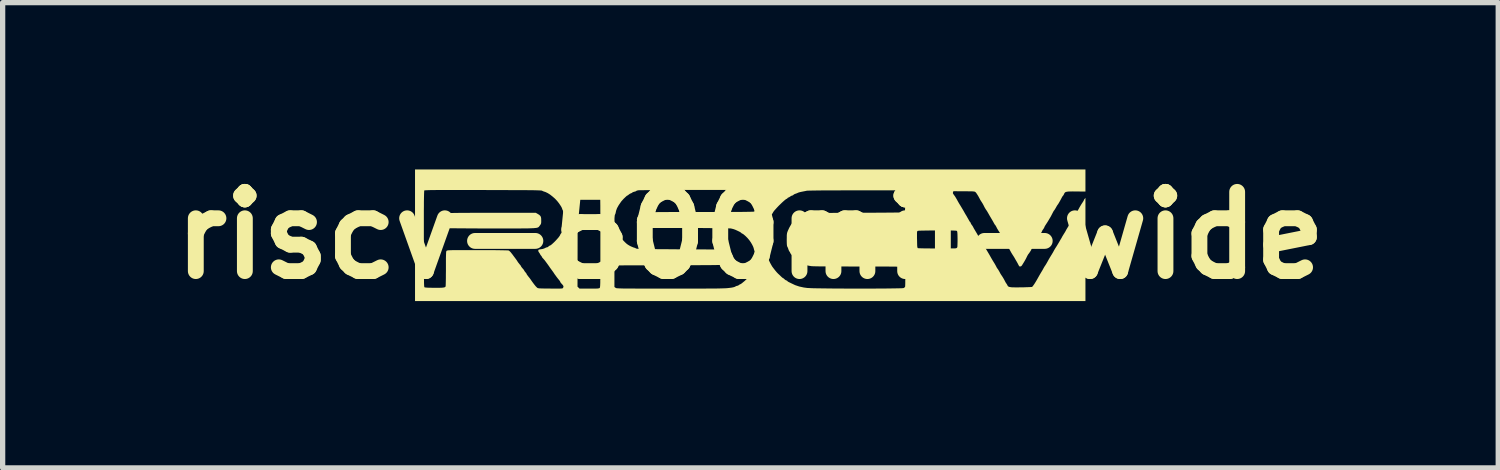
<source format=kicad_pcb>
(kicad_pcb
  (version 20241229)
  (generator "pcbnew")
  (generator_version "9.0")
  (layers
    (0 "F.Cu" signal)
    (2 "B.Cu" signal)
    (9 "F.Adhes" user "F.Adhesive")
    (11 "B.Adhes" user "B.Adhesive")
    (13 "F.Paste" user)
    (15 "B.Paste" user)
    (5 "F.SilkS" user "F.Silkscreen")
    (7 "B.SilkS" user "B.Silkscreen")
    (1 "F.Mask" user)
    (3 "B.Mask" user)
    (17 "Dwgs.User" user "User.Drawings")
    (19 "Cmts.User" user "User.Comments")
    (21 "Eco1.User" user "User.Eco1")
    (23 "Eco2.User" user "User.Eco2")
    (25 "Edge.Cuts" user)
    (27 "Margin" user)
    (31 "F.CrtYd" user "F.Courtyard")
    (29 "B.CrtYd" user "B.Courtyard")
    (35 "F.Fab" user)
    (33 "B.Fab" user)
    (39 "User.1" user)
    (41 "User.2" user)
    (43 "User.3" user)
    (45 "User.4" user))
  (footprint "riscv-500mil-wide"
    (layer "F.Cu")
    (at 11.157 1.404)
    (property "Reference" "riscv-500mil-wide" (at 0 0 0) (layer "F.SilkS") (effects (font (size 1.5 1.5) (thickness 0.3))))
    (attr board_only exclude_from_pos_files exclude_from_bom)
    (fp_poly (pts (xy -4.03 -0.406) (xy -3.999 -0.387) (xy -3.979 -0.368) (xy -3.967 -0.347) (xy -3.962 -0.318) (xy -3.961 -0.282) (xy -3.961 -0.25) (xy -3.963 -0.228) (xy -3.968 -0.213) (xy -3.976 -0.199) (xy -3.987 -0.185) (xy -3.993 -0.176) (xy -3.999 -0.169) (xy -4.004 -0.162) (xy -4.01 -0.156) (xy -4.018 -0.151) (xy -4.028 -0.146) (xy -4.042 -0.142) (xy -4.059 -0.139) (xy -4.082 -0.137) (xy -4.11 -0.134) (xy -4.146 -0.133) (xy -4.188 -0.131) (xy -4.239 -0.13) (xy -4.3 -0.13) (xy -4.37 -0.129) (xy -4.452 -0.129) (xy -4.545 -0.129) (xy -4.651 -0.129) (xy -4.77 -0.129) (xy -4.903 -0.129) (xy -4.904 -0.129) (xy -5.016 -0.129) (xy -5.124 -0.129) (xy -5.226 -0.13) (xy -5.323 -0.13) (xy -5.412 -0.131) (xy -5.493 -0.131) (xy -5.566 -0.132) (xy -5.628 -0.132) (xy -5.679 -0.133) (xy -5.718 -0.134) (xy -5.743 -0.135) (xy -5.755 -0.135) (xy -5.756 -0.136) (xy -5.76 -0.142) (xy -5.763 -0.156) (xy -5.764 -0.18) (xy -5.766 -0.216) (xy -5.766 -0.265) (xy -5.766 -0.276) (xy -5.766 -0.32) (xy -5.765 -0.359) (xy -5.764 -0.39) (xy -5.763 -0.41) (xy -5.761 -0.418) (xy -5.753 -0.419) (xy -5.729 -0.42) (xy -5.691 -0.421) (xy -5.639 -0.422) (xy -5.571 -0.423) (xy -5.49 -0.424) (xy -5.395 -0.424) (xy -5.286 -0.425) (xy -5.163 -0.425) (xy -5.027 -0.425) (xy -4.91 -0.425) (xy -4.063 -0.425)) (stroke (width 0) (type solid)) (fill yes) (layer "F.SilkS"))
    (fp_poly (pts (xy 6.342 -1.037) (xy 6.342 -0.828) (xy 6.164 -0.829) (xy 6.103 -0.83) (xy 6.054 -0.829) (xy 6.018 -0.828) (xy 5.99 -0.824) (xy 5.971 -0.82) (xy 5.957 -0.812) (xy 5.948 -0.802) (xy 5.94 -0.789) (xy 5.936 -0.778) (xy 5.926 -0.76) (xy 5.918 -0.749) (xy 5.917 -0.748) (xy 5.909 -0.739) (xy 5.898 -0.721) (xy 5.895 -0.715) (xy 5.874 -0.675) (xy 5.854 -0.639) (xy 5.836 -0.608) (xy 5.823 -0.587) (xy 5.818 -0.581) (xy 5.808 -0.567) (xy 5.794 -0.544) (xy 5.781 -0.52) (xy 5.767 -0.497) (xy 5.756 -0.479) (xy 5.75 -0.471) (xy 5.75 -0.471) (xy 5.746 -0.468) (xy 5.741 -0.46) (xy 5.733 -0.446) (xy 5.721 -0.423) (xy 5.704 -0.39) (xy 5.699 -0.38) (xy 5.683 -0.35) (xy 5.661 -0.313) (xy 5.638 -0.274) (xy 5.615 -0.237) (xy 5.595 -0.207) (xy 5.594 -0.205) (xy 5.579 -0.182) (xy 5.567 -0.16) (xy 5.564 -0.151) (xy 5.555 -0.133) (xy 5.541 -0.113) (xy 5.54 -0.111) (xy 5.528 -0.095) (xy 5.522 -0.083) (xy 5.522 -0.082) (xy 5.518 -0.072) (xy 5.508 -0.053) (xy 5.494 -0.028) (xy 5.489 -0.02) (xy 5.471 0.009) (xy 5.456 0.035) (xy 5.444 0.054) (xy 5.443 0.057) (xy 5.431 0.078) (xy 5.416 0.103) (xy 5.412 0.11) (xy 5.397 0.135) (xy 5.381 0.165) (xy 5.374 0.178) (xy 5.358 0.205) (xy 5.342 0.23) (xy 5.335 0.241) (xy 5.324 0.258) (xy 5.317 0.269) (xy 5.317 0.271) (xy 5.313 0.281) (xy 5.303 0.298) (xy 5.289 0.319) (xy 5.275 0.34) (xy 5.263 0.355) (xy 5.261 0.357) (xy 5.253 0.369) (xy 5.241 0.391) (xy 5.228 0.417) (xy 5.226 0.422) (xy 5.209 0.455) (xy 5.189 0.49) (xy 5.173 0.517) (xy 5.158 0.541) (xy 5.145 0.562) (xy 5.138 0.573) (xy 5.125 0.586) (xy 5.11 0.591) (xy 5.096 0.591) (xy 5.086 0.583) (xy 5.076 0.565) (xy 5.074 0.561) (xy 5.059 0.532) (xy 5.043 0.503) (xy 5.04 0.498) (xy 5.024 0.471) (xy 5.009 0.445) (xy 5.006 0.439) (xy 4.992 0.415) (xy 4.975 0.388) (xy 4.969 0.379) (xy 4.953 0.354) (xy 4.935 0.324) (xy 4.92 0.296) (xy 4.904 0.267) (xy 4.883 0.232) (xy 4.86 0.195) (xy 4.85 0.178) (xy 4.83 0.146) (xy 4.812 0.114) (xy 4.797 0.088) (xy 4.792 0.076) (xy 4.776 0.048) (xy 4.759 0.019) (xy 4.754 0.013) (xy 4.741 -0.006) (xy 4.733 -0.021) (xy 4.732 -0.025) (xy 4.728 -0.035) (xy 4.718 -0.052) (xy 4.711 -0.063) (xy 4.692 -0.092) (xy 4.679 -0.114) (xy 4.668 -0.132) (xy 4.658 -0.153) (xy 4.656 -0.157) (xy 4.645 -0.177) (xy 4.636 -0.191) (xy 4.634 -0.194) (xy 4.625 -0.203) (xy 4.616 -0.219) (xy 4.608 -0.233) (xy 4.595 -0.257) (xy 4.577 -0.288) (xy 4.557 -0.322) (xy 4.553 -0.329) (xy 4.532 -0.364) (xy 4.514 -0.396) (xy 4.499 -0.422) (xy 4.489 -0.439) (xy 4.488 -0.441) (xy 4.477 -0.46) (xy 4.466 -0.475) (xy 4.452 -0.496) (xy 4.433 -0.528) (xy 4.412 -0.57) (xy 4.398 -0.596) (xy 4.383 -0.62) (xy 4.379 -0.627) (xy 4.366 -0.646) (xy 4.35 -0.672) (xy 4.338 -0.695) (xy 4.312 -0.743) (xy 4.29 -0.778) (xy 4.273 -0.803) (xy 4.262 -0.815) (xy 4.256 -0.82) (xy 4.25 -0.824) (xy 4.24 -0.827) (xy 4.226 -0.829) (xy 4.205 -0.831) (xy 4.176 -0.832) (xy 4.136 -0.832) (xy 4.084 -0.833) (xy 4.044 -0.833) (xy 3.842 -0.834) (xy 3.835 -0.815) (xy 3.832 -0.798) (xy 3.84 -0.781) (xy 3.844 -0.776) (xy 3.876 -0.731) (xy 3.908 -0.677) (xy 3.921 -0.653) (xy 3.936 -0.626) (xy 3.956 -0.592) (xy 3.976 -0.56) (xy 3.977 -0.558) (xy 3.997 -0.525) (xy 4.019 -0.488) (xy 4.038 -0.456) (xy 4.038 -0.456) (xy 4.056 -0.423) (xy 4.076 -0.389) (xy 4.091 -0.365) (xy 4.107 -0.336) (xy 4.123 -0.308) (xy 4.132 -0.292) (xy 4.144 -0.27) (xy 4.155 -0.254) (xy 4.159 -0.251) (xy 4.168 -0.238) (xy 4.17 -0.231) (xy 4.175 -0.219) (xy 4.185 -0.202) (xy 4.187 -0.2) (xy 4.202 -0.18) (xy 4.214 -0.16) (xy 4.214 -0.16) (xy 4.223 -0.142) (xy 4.236 -0.118) (xy 4.244 -0.106) (xy 4.256 -0.085) (xy 4.274 -0.055) (xy 4.294 -0.021) (xy 4.309 0.006) (xy 4.328 0.037) (xy 4.343 0.063) (xy 4.355 0.081) (xy 4.361 0.088) (xy 4.368 0.097) (xy 4.378 0.114) (xy 4.383 0.124) (xy 4.392 0.144) (xy 4.404 0.166) (xy 4.42 0.193) (xy 4.44 0.228) (xy 4.467 0.273) (xy 4.473 0.283) (xy 4.493 0.317) (xy 4.516 0.356) (xy 4.538 0.394) (xy 4.541 0.4) (xy 4.565 0.442) (xy 4.585 0.476) (xy 4.604 0.507) (xy 4.624 0.539) (xy 4.638 0.564) (xy 4.652 0.59) (xy 4.653 0.592) (xy 4.664 0.614) (xy 4.675 0.63) (xy 4.677 0.632) (xy 4.691 0.652) (xy 4.71 0.684) (xy 4.726 0.714) (xy 4.735 0.731) (xy 4.75 0.754) (xy 4.759 0.767) (xy 4.775 0.791) (xy 4.789 0.815) (xy 4.795 0.824) (xy 4.816 0.864) (xy 4.831 0.893) (xy 4.843 0.911) (xy 4.848 0.918) (xy 4.859 0.935) (xy 4.867 0.951) (xy 4.873 0.962) (xy 4.883 0.97) (xy 4.897 0.977) (xy 4.918 0.981) (xy 4.947 0.985) (xy 4.986 0.986) (xy 5.037 0.987) (xy 5.1 0.986) (xy 5.13 0.986) (xy 5.183 0.985) (xy 5.231 0.983) (xy 5.272 0.982) (xy 5.305 0.98) (xy 5.325 0.979) (xy 5.332 0.977) (xy 5.341 0.969) (xy 5.356 0.949) (xy 5.375 0.922) (xy 5.395 0.89) (xy 5.416 0.855) (xy 5.436 0.82) (xy 5.442 0.809) (xy 5.455 0.786) (xy 5.473 0.754) (xy 5.493 0.72) (xy 5.503 0.703) (xy 5.522 0.672) (xy 5.538 0.644) (xy 5.549 0.623) (xy 5.554 0.615) (xy 5.564 0.597) (xy 5.572 0.585) (xy 5.581 0.572) (xy 5.595 0.55) (xy 5.612 0.521) (xy 5.63 0.489) (xy 5.648 0.456) (xy 5.653 0.448) (xy 5.666 0.425) (xy 5.682 0.399) (xy 5.689 0.387) (xy 5.705 0.362) (xy 5.72 0.336) (xy 5.726 0.327) (xy 5.749 0.284) (xy 5.77 0.248) (xy 5.787 0.222) (xy 5.788 0.22) (xy 5.798 0.205) (xy 5.813 0.18) (xy 5.831 0.15) (xy 5.851 0.116) (xy 5.87 0.083) (xy 5.887 0.055) (xy 5.898 0.035) (xy 5.9 0.03) (xy 5.91 0.013) (xy 5.924 -0.01) (xy 5.932 -0.023) (xy 5.949 -0.05) (xy 5.965 -0.077) (xy 5.97 -0.087) (xy 5.979 -0.104) (xy 5.995 -0.131) (xy 6.015 -0.164) (xy 6.038 -0.202) (xy 6.054 -0.228) (xy 6.078 -0.267) (xy 6.1 -0.304) (xy 6.119 -0.337) (xy 6.133 -0.362) (xy 6.139 -0.372) (xy 6.153 -0.399) (xy 6.171 -0.429) (xy 6.178 -0.44) (xy 6.195 -0.466) (xy 6.214 -0.498) (xy 6.226 -0.521) (xy 6.244 -0.552) (xy 6.265 -0.587) (xy 6.281 -0.611) (xy 6.296 -0.634) (xy 6.307 -0.652) (xy 6.312 -0.662) (xy 6.312 -0.663) (xy 6.316 -0.673) (xy 6.327 -0.689) (xy 6.327 -0.689) (xy 6.342 -0.708) (xy 6.342 0.269) (xy 6.342 1.246) (xy -0.004 1.246) (xy -6.35 1.246) (xy -6.35 0.002) (xy -6.183 0.002) (xy -6.183 0.069) (xy -6.183 0.207) (xy -6.183 0.33) (xy -6.183 0.44) (xy -6.183 0.537) (xy -6.182 0.621) (xy -6.182 0.695) (xy -6.182 0.758) (xy -6.181 0.811) (xy -6.18 0.855) (xy -6.18 0.892) (xy -6.179 0.921) (xy -6.178 0.943) (xy -6.177 0.96) (xy -6.175 0.972) (xy -6.174 0.979) (xy -6.172 0.983) (xy -6.171 0.985) (xy -6.159 0.988) (xy -6.131 0.991) (xy -6.088 0.993) (xy -6.03 0.994) (xy -5.985 0.994) (xy -5.924 0.995) (xy -5.877 0.994) (xy -5.841 0.993) (xy -5.815 0.99) (xy -5.796 0.987) (xy -5.783 0.981) (xy -5.775 0.974) (xy -5.771 0.969) (xy -5.77 0.96) (xy -5.769 0.937) (xy -5.768 0.903) (xy -5.767 0.858) (xy -5.766 0.804) (xy -5.766 0.743) (xy -5.765 0.676) (xy -5.765 0.634) (xy -5.765 0.554) (xy -5.765 0.489) (xy -5.765 0.436) (xy -5.764 0.394) (xy -5.763 0.362) (xy -5.762 0.337) (xy -5.761 0.32) (xy -5.759 0.309) (xy -5.757 0.301) (xy -5.754 0.296) (xy -5.751 0.293) (xy -5.747 0.291) (xy -5.742 0.289) (xy -5.733 0.287) (xy -5.72 0.285) (xy -5.702 0.284) (xy -5.678 0.283) (xy -5.647 0.282) (xy -5.608 0.282) (xy -5.559 0.281) (xy -5.5 0.281) (xy -5.43 0.281) (xy -5.347 0.281) (xy -5.251 0.281) (xy -5.166 0.281) (xy -5.074 0.281) (xy -4.986 0.281) (xy -4.904 0.282) (xy -4.828 0.282) (xy -4.759 0.283) (xy -4.7 0.284) (xy -4.651 0.285) (xy -4.614 0.286) (xy -4.589 0.287) (xy -4.579 0.288) (xy -4.578 0.288) (xy -4.563 0.298) (xy -4.545 0.315) (xy -4.54 0.32) (xy -4.525 0.339) (xy -4.505 0.364) (xy -4.484 0.393) (xy -4.462 0.422) (xy -4.442 0.449) (xy -4.426 0.471) (xy -4.416 0.486) (xy -4.413 0.491) (xy -4.409 0.498) (xy -4.398 0.514) (xy -4.383 0.533) (xy -4.368 0.552) (xy -4.355 0.567) (xy -4.354 0.568) (xy -4.346 0.58) (xy -4.345 0.584) (xy -4.342 0.59) (xy -4.335 0.601) (xy -4.32 0.62) (xy -4.296 0.647) (xy -4.296 0.648) (xy -4.286 0.66) (xy -4.284 0.667) (xy -4.279 0.676) (xy -4.268 0.691) (xy -4.261 0.699) (xy -4.247 0.716) (xy -4.239 0.728) (xy -4.238 0.731) (xy -4.234 0.741) (xy -4.221 0.759) (xy -4.202 0.784) (xy -4.181 0.81) (xy -4.172 0.822) (xy -4.159 0.84) (xy -4.156 0.845) (xy -4.122 0.893) (xy -4.091 0.934) (xy -4.065 0.966) (xy -4.044 0.987) (xy -4.034 0.996) (xy -4.027 0.999) (xy -4.016 1.002) (xy -4 1.005) (xy -3.977 1.006) (xy -3.946 1.007) (xy -3.904 1.008) (xy -3.851 1.009) (xy -3.785 1.009) (xy -3.72 1.01) (xy -3.668 1.01) (xy -3.629 1.01) (xy -3.599 1.009) (xy -3.578 1.008) (xy -3.565 1.006) (xy -3.556 1.004) (xy -3.551 1.001) (xy -3.548 0.996) (xy -3.548 0.996) (xy -3.541 0.98) (xy -3.54 0.973) (xy -3.274 0.973) (xy -3.255 0.991) (xy -3.236 1.01) (xy -3.053 1.01) (xy -2.994 1.01) (xy -2.949 1.01) (xy -2.915 1.009) (xy -2.891 1.008) (xy -2.874 1.005) (xy -2.863 1.003) (xy -2.856 0.999) (xy -2.855 0.998) (xy -2.853 0.995) (xy -2.851 0.992) (xy -2.849 0.986) (xy -2.848 0.979) (xy -2.575 0.979) (xy -2.554 0.994) (xy -2.551 0.996) (xy -2.547 0.998) (xy -2.542 1) (xy -2.535 1.002) (xy -2.525 1.003) (xy -2.512 1.004) (xy -2.494 1.005) (xy -2.471 1.006) (xy -2.442 1.007) (xy -2.406 1.008) (xy -2.363 1.008) (xy -2.312 1.009) (xy -2.251 1.009) (xy -2.181 1.009) (xy -2.1 1.01) (xy -2.007 1.01) (xy -1.903 1.01) (xy -1.785 1.01) (xy -1.654 1.01) (xy -1.523 1.01) (xy -1.376 1.01) (xy -1.243 1.01) (xy -1.124 1.01) (xy -1.017 1.01) (xy -0.922 1.01) (xy -0.839 1.009) (xy -0.765 1.009) (xy -0.701 1.009) (xy -0.646 1.008) (xy -0.598 1.007) (xy -0.557 1.006) (xy -0.523 1.005) (xy -0.493 1.004) (xy -0.468 1.003) (xy -0.447 1.002) (xy -0.429 1) (xy -0.412 0.998) (xy -0.41 0.998) (xy -0.361 0.992) (xy -0.325 0.985) (xy -0.301 0.978) (xy -0.287 0.971) (xy -0.268 0.961) (xy -0.252 0.957) (xy -0.252 0.957) (xy -0.236 0.953) (xy -0.218 0.942) (xy -0.203 0.931) (xy -0.193 0.927) (xy -0.192 0.927) (xy -0.182 0.922) (xy -0.163 0.909) (xy -0.14 0.89) (xy -0.114 0.869) (xy -0.089 0.846) (xy -0.068 0.826) (xy -0.052 0.809) (xy -0.046 0.799) (xy -0.046 0.799) (xy -0.04 0.788) (xy -0.032 0.781) (xy -0.014 0.762) (xy 0.007 0.733) (xy 0.028 0.698) (xy 0.046 0.661) (xy 0.06 0.625) (xy 0.065 0.607) (xy 0.072 0.583) (xy 0.081 0.565) (xy 0.087 0.548) (xy 0.091 0.521) (xy 0.093 0.485) (xy 0.095 0.445) (xy 0.094 0.405) (xy 0.093 0.367) (xy 0.089 0.336) (xy 0.085 0.315) (xy 0.083 0.311) (xy 0.074 0.291) (xy 0.066 0.266) (xy 0.065 0.258) (xy 0.054 0.222) (xy 0.034 0.18) (xy 0.008 0.135) (xy -0.02 0.095) (xy 0.268 0.095) (xy 0.268 0.099) (xy 0.27 0.139) (xy 0.275 0.184) (xy 0.28 0.23) (xy 0.286 0.274) (xy 0.293 0.313) (xy 0.299 0.344) (xy 0.305 0.364) (xy 0.307 0.369) (xy 0.316 0.387) (xy 0.323 0.409) (xy 0.329 0.427) (xy 0.34 0.455) (xy 0.356 0.488) (xy 0.373 0.523) (xy 0.391 0.556) (xy 0.406 0.582) (xy 0.414 0.595) (xy 0.442 0.632) (xy 0.471 0.669) (xy 0.498 0.701) (xy 0.521 0.725) (xy 0.524 0.728) (xy 0.546 0.748) (xy 0.571 0.772) (xy 0.582 0.783) (xy 0.6 0.799) (xy 0.614 0.81) (xy 0.62 0.813) (xy 0.63 0.818) (xy 0.643 0.831) (xy 0.644 0.832) (xy 0.662 0.847) (xy 0.68 0.855) (xy 0.694 0.861) (xy 0.699 0.867) (xy 0.705 0.874) (xy 0.721 0.884) (xy 0.731 0.889) (xy 0.753 0.899) (xy 0.77 0.908) (xy 0.775 0.91) (xy 0.846 0.944) (xy 0.924 0.97) (xy 1.011 0.989) (xy 1.079 0.998) (xy 1.104 0.999) (xy 1.141 1.001) (xy 1.191 1.003) (xy 1.251 1.004) (xy 1.321 1.005) (xy 1.398 1.006) (xy 1.483 1.007) (xy 1.574 1.008) (xy 1.67 1.009) (xy 1.769 1.009) (xy 1.87 1.01) (xy 1.973 1.01) (xy 2.076 1.01) (xy 2.178 1.01) (xy 2.278 1.01) (xy 2.375 1.009) (xy 2.467 1.009) (xy 2.553 1.008) (xy 2.632 1.007) (xy 2.704 1.006) (xy 2.766 1.005) (xy 2.818 1.004) (xy 2.859 1.003) (xy 2.886 1.001) (xy 2.901 0.999) (xy 2.902 0.999) (xy 2.918 0.987) (xy 2.927 0.976) (xy 2.929 0.965) (xy 2.93 0.941) (xy 2.931 0.907) (xy 2.931 0.864) (xy 2.932 0.816) (xy 2.932 0.79) (xy 2.932 0.616) (xy 2.914 0.604) (xy 2.91 0.602) (xy 2.903 0.6) (xy 2.893 0.599) (xy 2.879 0.597) (xy 2.86 0.596) (xy 2.835 0.595) (xy 2.803 0.594) (xy 2.764 0.594) (xy 2.716 0.593) (xy 2.659 0.593) (xy 2.592 0.592) (xy 2.514 0.592) (xy 2.425 0.592) (xy 2.323 0.592) (xy 2.207 0.592) (xy 2.078 0.592) (xy 2.053 0.592) (xy 1.941 0.592) (xy 1.831 0.591) (xy 1.726 0.591) (xy 1.627 0.591) (xy 1.534 0.59) (xy 1.449 0.59) (xy 1.373 0.589) (xy 1.306 0.589) (xy 1.251 0.588) (xy 1.207 0.587) (xy 1.176 0.586) (xy 1.16 0.585) (xy 1.158 0.585) (xy 1.106 0.577) (xy 1.057 0.566) (xy 1.016 0.553) (xy 0.986 0.54) (xy 0.985 0.539) (xy 0.966 0.529) (xy 0.949 0.524) (xy 0.947 0.524) (xy 0.934 0.519) (xy 0.93 0.513) (xy 0.92 0.503) (xy 0.903 0.493) (xy 0.888 0.485) (xy 0.881 0.478) (xy 0.881 0.477) (xy 0.875 0.469) (xy 0.86 0.458) (xy 0.855 0.455) (xy 0.837 0.442) (xy 0.826 0.429) (xy 0.825 0.427) (xy 0.817 0.415) (xy 0.803 0.396) (xy 0.786 0.378) (xy 0.769 0.358) (xy 0.756 0.341) (xy 0.752 0.332) (xy 0.747 0.318) (xy 0.741 0.311) (xy 0.732 0.299) (xy 0.723 0.278) (xy 0.718 0.264) (xy 0.71 0.24) (xy 0.701 0.221) (xy 0.697 0.214) (xy 0.693 0.204) (xy 0.69 0.182) (xy 0.688 0.149) (xy 0.687 0.102) (xy 0.687 0.084) (xy 0.688 0.039) (xy 0.688 0.005) (xy 0.69 -0.02) (xy 0.691 -0.025) (xy 3.153 -0.025) (xy 3.153 0.009) (xy 3.153 0.055) (xy 3.154 0.081) (xy 3.155 0.135) (xy 3.156 0.175) (xy 3.157 0.205) (xy 3.16 0.224) (xy 3.163 0.236) (xy 3.166 0.242) (xy 3.167 0.243) (xy 3.177 0.245) (xy 3.2 0.246) (xy 3.234 0.247) (xy 3.278 0.248) (xy 3.33 0.249) (xy 3.388 0.249) (xy 3.45 0.25) (xy 3.515 0.25) (xy 3.58 0.251) (xy 3.643 0.251) (xy 3.703 0.25) (xy 3.759 0.25) (xy 3.807 0.249) (xy 3.846 0.249) (xy 3.875 0.248) (xy 3.892 0.246) (xy 3.894 0.246) (xy 3.91 0.236) (xy 3.916 0.225) (xy 3.918 0.213) (xy 3.919 0.188) (xy 3.92 0.153) (xy 3.921 0.112) (xy 3.921 0.069) (xy 3.92 0.016) (xy 3.919 -0.024) (xy 3.917 -0.052) (xy 3.914 -0.07) (xy 3.911 -0.08) (xy 3.91 -0.081) (xy 3.905 -0.084) (xy 3.894 -0.086) (xy 3.878 -0.088) (xy 3.853 -0.089) (xy 3.82 -0.09) (xy 3.777 -0.091) (xy 3.723 -0.091) (xy 3.656 -0.091) (xy 3.575 -0.091) (xy 3.54 -0.091) (xy 3.443 -0.091) (xy 3.361 -0.09) (xy 3.292 -0.089) (xy 3.239 -0.088) (xy 3.199 -0.087) (xy 3.175 -0.085) (xy 3.166 -0.083) (xy 3.161 -0.079) (xy 3.157 -0.074) (xy 3.155 -0.064) (xy 3.153 -0.049) (xy 3.153 -0.025) (xy 0.691 -0.025) (xy 0.693 -0.04) (xy 0.698 -0.058) (xy 0.705 -0.077) (xy 0.708 -0.084) (xy 0.734 -0.141) (xy 0.761 -0.189) (xy 0.792 -0.231) (xy 0.831 -0.275) (xy 0.832 -0.276) (xy 0.857 -0.3) (xy 0.876 -0.317) (xy 0.895 -0.331) (xy 0.919 -0.346) (xy 0.922 -0.348) (xy 0.942 -0.361) (xy 0.957 -0.373) (xy 0.974 -0.384) (xy 0.996 -0.391) (xy 0.996 -0.391) (xy 1.022 -0.399) (xy 1.044 -0.409) (xy 1.049 -0.411) (xy 1.056 -0.413) (xy 1.065 -0.414) (xy 1.079 -0.416) (xy 1.097 -0.417) (xy 1.121 -0.418) (xy 1.151 -0.419) (xy 1.188 -0.42) (xy 1.233 -0.421) (xy 1.287 -0.421) (xy 1.35 -0.422) (xy 1.424 -0.422) (xy 1.508 -0.423) (xy 1.605 -0.424) (xy 1.714 -0.424) (xy 1.837 -0.425) (xy 1.974 -0.425) (xy 1.984 -0.425) (xy 2.121 -0.426) (xy 2.245 -0.426) (xy 2.354 -0.427) (xy 2.451 -0.428) (xy 2.535 -0.428) (xy 2.609 -0.429) (xy 2.672 -0.429) (xy 2.726 -0.43) (xy 2.771 -0.431) (xy 2.808 -0.431) (xy 2.837 -0.432) (xy 2.861 -0.433) (xy 2.879 -0.435) (xy 2.892 -0.436) (xy 2.902 -0.437) (xy 2.908 -0.439) (xy 2.912 -0.441) (xy 2.915 -0.443) (xy 2.919 -0.448) (xy 2.922 -0.457) (xy 2.925 -0.47) (xy 2.927 -0.491) (xy 2.928 -0.519) (xy 2.929 -0.559) (xy 2.93 -0.611) (xy 2.931 -0.633) (xy 2.931 -0.69) (xy 2.932 -0.733) (xy 2.931 -0.765) (xy 2.931 -0.788) (xy 2.929 -0.804) (xy 2.926 -0.814) (xy 2.922 -0.822) (xy 2.917 -0.829) (xy 2.915 -0.831) (xy 2.898 -0.851) (xy 1.994 -0.851) (xy 1.839 -0.851) (xy 1.697 -0.85) (xy 1.569 -0.85) (xy 1.455 -0.849) (xy 1.355 -0.849) (xy 1.269 -0.848) (xy 1.198 -0.847) (xy 1.141 -0.846) (xy 1.099 -0.845) (xy 1.071 -0.844) (xy 1.06 -0.842) (xy 1.037 -0.837) (xy 1.006 -0.831) (xy 0.972 -0.824) (xy 0.97 -0.824) (xy 0.939 -0.817) (xy 0.913 -0.81) (xy 0.896 -0.803) (xy 0.894 -0.802) (xy 0.874 -0.793) (xy 0.853 -0.786) (xy 0.832 -0.778) (xy 0.816 -0.767) (xy 0.801 -0.755) (xy 0.79 -0.752) (xy 0.777 -0.748) (xy 0.758 -0.737) (xy 0.752 -0.733) (xy 0.734 -0.721) (xy 0.719 -0.714) (xy 0.716 -0.714) (xy 0.705 -0.708) (xy 0.702 -0.703) (xy 0.694 -0.693) (xy 0.689 -0.691) (xy 0.677 -0.686) (xy 0.657 -0.671) (xy 0.631 -0.649) (xy 0.6 -0.621) (xy 0.567 -0.589) (xy 0.533 -0.556) (xy 0.501 -0.522) (xy 0.473 -0.491) (xy 0.449 -0.464) (xy 0.433 -0.442) (xy 0.426 -0.429) (xy 0.425 -0.427) (xy 0.42 -0.417) (xy 0.414 -0.41) (xy 0.402 -0.396) (xy 0.391 -0.377) (xy 0.391 -0.377) (xy 0.381 -0.358) (xy 0.367 -0.331) (xy 0.354 -0.307) (xy 0.34 -0.279) (xy 0.329 -0.251) (xy 0.323 -0.232) (xy 0.317 -0.208) (xy 0.309 -0.189) (xy 0.308 -0.187) (xy 0.301 -0.17) (xy 0.295 -0.145) (xy 0.292 -0.129) (xy 0.288 -0.1) (xy 0.282 -0.063) (xy 0.276 -0.03) (xy 0.269 0.029) (xy 0.268 0.095) (xy -0.02 0.095) (xy -0.023 0.091) (xy -0.056 0.052) (xy -0.063 0.045) (xy -0.093 0.015) (xy -0.116 -0.005) (xy -0.133 -0.019) (xy -0.147 -0.028) (xy -0.154 -0.031) (xy -0.169 -0.039) (xy -0.175 -0.046) (xy -0.182 -0.052) (xy -0.203 -0.065) (xy -0.238 -0.082) (xy -0.288 -0.105) (xy -0.289 -0.105) (xy -0.315 -0.115) (xy -0.349 -0.124) (xy -0.372 -0.129) (xy -0.389 -0.13) (xy -0.42 -0.131) (xy -0.467 -0.133) (xy -0.527 -0.134) (xy -0.601 -0.135) (xy -0.689 -0.135) (xy -0.79 -0.136) (xy -0.904 -0.137) (xy -1.031 -0.137) (xy -1.17 -0.137) (xy -1.227 -0.137) (xy -2.032 -0.138) (xy -2.066 -0.159) (xy -2.096 -0.183) (xy -2.121 -0.216) (xy -2.14 -0.253) (xy -2.149 -0.288) (xy -2.15 -0.296) (xy -2.142 -0.336) (xy -2.122 -0.372) (xy -2.091 -0.402) (xy -2.052 -0.424) (xy -2.018 -0.433) (xy -2.005 -0.434) (xy -1.977 -0.435) (xy -1.936 -0.436) (xy -1.88 -0.437) (xy -1.812 -0.438) (xy -1.732 -0.439) (xy -1.64 -0.439) (xy -1.537 -0.44) (xy -1.423 -0.44) (xy -1.3 -0.44) (xy -1.167 -0.44) (xy -1.025 -0.44) (xy -0.963 -0.44) (xy -0.796 -0.441) (xy -0.644 -0.441) (xy -0.507 -0.441) (xy -0.386 -0.441) (xy -0.278 -0.442) (xy -0.186 -0.442) (xy -0.108 -0.443) (xy -0.044 -0.444) (xy 0.005 -0.445) (xy 0.041 -0.446) (xy 0.062 -0.447) (xy 0.068 -0.448) (xy 0.084 -0.461) (xy 0.091 -0.471) (xy 0.093 -0.483) (xy 0.095 -0.508) (xy 0.097 -0.542) (xy 0.098 -0.583) (xy 0.099 -0.629) (xy 0.099 -0.676) (xy 0.098 -0.722) (xy 0.097 -0.764) (xy 0.096 -0.799) (xy 0.094 -0.825) (xy 0.091 -0.839) (xy 0.084 -0.858) (xy -1.004 -0.858) (xy -1.132 -0.858) (xy -1.256 -0.858) (xy -1.376 -0.857) (xy -1.49 -0.857) (xy -1.597 -0.857) (xy -1.697 -0.856) (xy -1.789 -0.856) (xy -1.871 -0.855) (xy -1.944 -0.855) (xy -2.006 -0.854) (xy -2.056 -0.853) (xy -2.093 -0.853) (xy -2.117 -0.852) (xy -2.126 -0.851) (xy -2.147 -0.846) (xy -2.161 -0.84) (xy -2.164 -0.837) (xy -2.174 -0.831) (xy -2.192 -0.826) (xy -2.197 -0.825) (xy -2.218 -0.819) (xy -2.234 -0.811) (xy -2.235 -0.81) (xy -2.25 -0.799) (xy -2.264 -0.794) (xy -2.283 -0.785) (xy -2.303 -0.771) (xy -2.304 -0.77) (xy -2.319 -0.758) (xy -2.33 -0.752) (xy -2.331 -0.752) (xy -2.34 -0.747) (xy -2.356 -0.733) (xy -2.377 -0.713) (xy -2.4 -0.691) (xy -2.422 -0.667) (xy -2.441 -0.646) (xy -2.45 -0.634) (xy -2.494 -0.57) (xy -2.526 -0.513) (xy -2.544 -0.463) (xy -2.548 -0.443) (xy -2.553 -0.419) (xy -2.559 -0.401) (xy -2.562 -0.396) (xy -2.568 -0.382) (xy -2.571 -0.356) (xy -2.574 -0.323) (xy -2.574 -0.288) (xy -2.573 -0.253) (xy -2.57 -0.223) (xy -2.565 -0.203) (xy -2.556 -0.173) (xy -2.549 -0.142) (xy -2.548 -0.137) (xy -2.542 -0.112) (xy -2.53 -0.081) (xy -2.518 -0.057) (xy -2.503 -0.03) (xy -2.489 -0.004) (xy -2.482 0.012) (xy -2.472 0.025) (xy -2.455 0.047) (xy -2.431 0.073) (xy -2.405 0.101) (xy -2.379 0.128) (xy -2.355 0.151) (xy -2.336 0.167) (xy -2.336 0.167) (xy -2.311 0.184) (xy -2.28 0.202) (xy -2.248 0.217) (xy -2.221 0.228) (xy -2.21 0.232) (xy -2.186 0.239) (xy -2.165 0.25) (xy -2.165 0.25) (xy -2.161 0.252) (xy -2.155 0.253) (xy -2.145 0.255) (xy -2.132 0.256) (xy -2.113 0.258) (xy -2.089 0.259) (xy -2.059 0.26) (xy -2.021 0.261) (xy -1.974 0.261) (xy -1.919 0.262) (xy -1.854 0.263) (xy -1.778 0.263) (xy -1.691 0.264) (xy -1.591 0.264) (xy -1.479 0.265) (xy -1.352 0.266) (xy -1.295 0.266) (xy -0.444 0.27) (xy -0.409 0.291) (xy -0.385 0.309) (xy -0.368 0.328) (xy -0.365 0.334) (xy -0.355 0.353) (xy -0.345 0.365) (xy -0.338 0.379) (xy -0.335 0.406) (xy -0.334 0.427) (xy -0.336 0.463) (xy -0.345 0.491) (xy -0.361 0.514) (xy -0.388 0.535) (xy -0.425 0.556) (xy -0.432 0.557) (xy -0.449 0.559) (xy -0.475 0.56) (xy -0.51 0.561) (xy -0.556 0.562) (xy -0.612 0.563) (xy -0.68 0.564) (xy -0.758 0.565) (xy -0.848 0.565) (xy -0.949 0.566) (xy -1.063 0.567) (xy -1.189 0.567) (xy -1.328 0.568) (xy -1.48 0.568) (xy -1.646 0.569) (xy -1.825 0.569) (xy -2.018 0.569) (xy -2.226 0.569) (xy -2.449 0.57) (xy -2.529 0.57) (xy -2.537 0.574) (xy -2.551 0.586) (xy -2.554 0.589) (xy -2.575 0.608) (xy -2.575 0.793) (xy -2.575 0.979) (xy -2.848 0.979) (xy -2.848 0.977) (xy -2.846 0.965) (xy -2.845 0.948) (xy -2.844 0.925) (xy -2.843 0.897) (xy -2.843 0.861) (xy -2.842 0.818) (xy -2.842 0.766) (xy -2.841 0.704) (xy -2.841 0.633) (xy -2.841 0.55) (xy -2.841 0.456) (xy -2.841 0.348) (xy -2.841 0.227) (xy -2.841 0.092) (xy -2.841 0.082) (xy -2.841 -0.076) (xy -2.841 -0.219) (xy -2.841 -0.346) (xy -2.842 -0.459) (xy -2.842 -0.557) (xy -2.843 -0.64) (xy -2.844 -0.708) (xy -2.845 -0.762) (xy -2.846 -0.801) (xy -2.847 -0.826) (xy -2.849 -0.836) (xy -2.849 -0.836) (xy -2.852 -0.84) (xy -2.857 -0.844) (xy -2.866 -0.847) (xy -2.881 -0.848) (xy -2.903 -0.85) (xy -2.934 -0.85) (xy -2.976 -0.851) (xy -3.031 -0.851) (xy -3.053 -0.851) (xy -3.113 -0.851) (xy -3.16 -0.85) (xy -3.196 -0.85) (xy -3.221 -0.848) (xy -3.239 -0.847) (xy -3.25 -0.844) (xy -3.257 -0.841) (xy -3.26 -0.838) (xy -3.261 -0.834) (xy -3.263 -0.826) (xy -3.264 -0.812) (xy -3.265 -0.793) (xy -3.266 -0.767) (xy -3.267 -0.734) (xy -3.268 -0.692) (xy -3.269 -0.642) (xy -3.269 -0.582) (xy -3.27 -0.511) (xy -3.27 -0.429) (xy -3.271 -0.336) (xy -3.271 -0.23) (xy -3.272 -0.11) (xy -3.272 0.024) (xy -3.272 0.074) (xy -3.274 0.973) (xy -3.54 0.973) (xy -3.54 0.966) (xy -3.547 0.95) (xy -3.563 0.93) (xy -3.583 0.909) (xy -3.595 0.894) (xy -3.6 0.883) (xy -3.6 0.883) (xy -3.605 0.872) (xy -3.615 0.857) (xy -3.629 0.84) (xy -3.647 0.818) (xy -3.654 0.809) (xy -3.67 0.788) (xy -3.684 0.769) (xy -3.688 0.763) (xy -3.701 0.746) (xy -3.715 0.726) (xy -3.715 0.725) (xy -3.727 0.707) (xy -3.744 0.683) (xy -3.76 0.661) (xy -3.779 0.635) (xy -3.798 0.609) (xy -3.809 0.592) (xy -3.844 0.543) (xy -3.872 0.505) (xy -3.895 0.474) (xy -3.916 0.45) (xy -3.935 0.429) (xy -3.946 0.415) (xy -3.95 0.405) (xy -3.955 0.395) (xy -3.965 0.384) (xy -3.976 0.37) (xy -3.98 0.362) (xy -3.985 0.351) (xy -3.996 0.335) (xy -3.999 0.331) (xy -4.014 0.307) (xy -4.017 0.289) (xy -4.014 0.278) (xy -4.007 0.272) (xy -3.991 0.268) (xy -3.969 0.265) (xy -3.938 0.26) (xy -3.907 0.251) (xy -3.893 0.244) (xy -3.872 0.234) (xy -3.855 0.228) (xy -3.85 0.228) (xy -3.836 0.223) (xy -3.824 0.213) (xy -3.811 0.201) (xy -3.801 0.197) (xy -3.788 0.192) (xy -3.767 0.177) (xy -3.741 0.154) (xy -3.712 0.127) (xy -3.683 0.097) (xy -3.655 0.066) (xy -3.63 0.037) (xy -3.612 0.012) (xy -3.602 -0.006) (xy -3.6 -0.012) (xy -3.595 -0.024) (xy -3.589 -0.03) (xy -3.58 -0.043) (xy -3.571 -0.064) (xy -3.569 -0.071) (xy -3.562 -0.095) (xy -3.552 -0.116) (xy -3.55 -0.119) (xy -3.542 -0.141) (xy -3.535 -0.174) (xy -3.531 -0.217) (xy -3.529 -0.265) (xy -3.529 -0.315) (xy -3.532 -0.364) (xy -3.536 -0.401) (xy -3.541 -0.432) (xy -3.546 -0.456) (xy -3.55 -0.467) (xy -3.56 -0.487) (xy -3.565 -0.503) (xy -3.571 -0.519) (xy -3.581 -0.539) (xy -3.598 -0.566) (xy -3.623 -0.603) (xy -3.625 -0.606) (xy -3.659 -0.649) (xy -3.7 -0.693) (xy -3.746 -0.733) (xy -3.793 -0.77) (xy -3.839 -0.799) (xy -3.881 -0.819) (xy -3.9 -0.825) (xy -3.924 -0.833) (xy -3.942 -0.842) (xy -3.945 -0.844) (xy -3.951 -0.846) (xy -3.961 -0.847) (xy -3.973 -0.848) (xy -3.991 -0.849) (xy -4.013 -0.85) (xy -4.042 -0.851) (xy -4.077 -0.852) (xy -4.12 -0.853) (xy -4.171 -0.853) (xy -4.231 -0.854) (xy -4.301 -0.854) (xy -4.38 -0.855) (xy -4.471 -0.855) (xy -4.574 -0.855) (xy -4.689 -0.856) (xy -4.818 -0.856) (xy -4.96 -0.856) (xy -5.063 -0.857) (xy -5.217 -0.857) (xy -5.355 -0.857) (xy -5.481 -0.857) (xy -5.593 -0.857) (xy -5.692 -0.857) (xy -5.78 -0.857) (xy -5.857 -0.857) (xy -5.924 -0.857) (xy -5.981 -0.856) (xy -6.029 -0.856) (xy -6.069 -0.855) (xy -6.101 -0.854) (xy -6.126 -0.853) (xy -6.146 -0.852) (xy -6.159 -0.851) (xy -6.168 -0.85) (xy -6.173 -0.849) (xy -6.175 -0.848) (xy -6.176 -0.842) (xy -6.177 -0.829) (xy -6.178 -0.807) (xy -6.179 -0.777) (xy -6.18 -0.736) (xy -6.181 -0.686) (xy -6.182 -0.625) (xy -6.182 -0.552) (xy -6.183 -0.467) (xy -6.183 -0.37) (xy -6.183 -0.26) (xy -6.183 -0.136) (xy -6.183 0.002) (xy -6.35 0.002) (xy -6.35 0) (xy -6.35 -1.246) (xy -0.004 -1.246) (xy 6.342 -1.246)) (stroke (width 0) (type solid)) (fill yes) (layer "F.SilkS")))
  (gr_rect
    (start -3 -3)
    (end 25.314 5.808)
    (stroke (width 0.1) (type default))
    (fill no)
    (layer "Edge.Cuts")))
</source>
